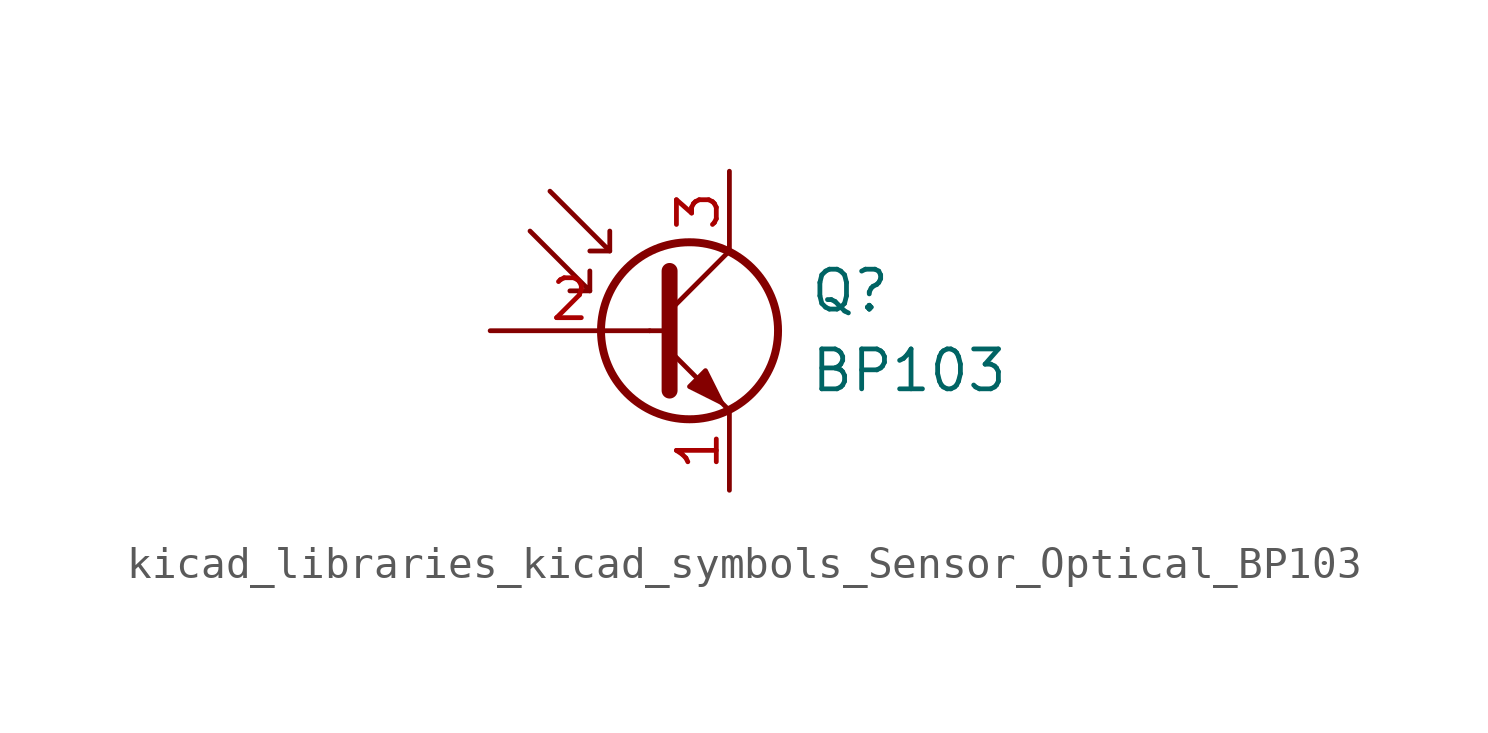
<source format=kicad_sym>
(kicad_symbol_lib
  (version 20220914)
  (generator kicad_symbol_editor)
  (symbol "kicad_libraries_kicad_symbols_Sensor_Optical_BP103"
    (pin_names
      (offset 0) hide)
    (property "Reference" "Q"
      (at 5.08 1.27 0)
      (effects (font (size 1.27 1.27)) (justify left)))
    (property "Value" "BP103"
      (at 5.08 -1.27 0)
      (effects (font (size 1.27 1.27)) (justify left)))
    (symbol "kicad_libraries_kicad_symbols_Sensor_Optical_BP103_0_0"
      (polyline (pts (xy 0 0) (xy 0.635 0)) (stroke (width 0) (type default)) (fill (type none))))
    (symbol "kicad_libraries_kicad_symbols_Sensor_Optical_BP103_0_1"
      (polyline (pts (xy -1.905 1.27) (xy -2.54 1.27)) (stroke (width 0) (type default)) (fill (type none)))
      (polyline (pts (xy -1.27 2.54) (xy -1.905 2.54)) (stroke (width 0) (type default)) (fill (type none)))
      (polyline (pts (xy 0.635 0.635) (xy 2.54 2.54)) (stroke (width 0) (type default)) (fill (type none)))
      (polyline (pts (xy -3.81 3.175) (xy -1.905 1.27) (xy -1.905 1.905)) (stroke (width 0) (type default)) (fill (type none)))
      (polyline (pts (xy -3.175 4.445) (xy -1.27 2.54) (xy -1.27 3.175)) (stroke (width 0) (type default)) (fill (type none)))
      (polyline (pts (xy 0.635 -0.635) (xy 2.54 -2.54) (xy 2.54 -2.54)) (stroke (width 0) (type default)) (fill (type none)))
      (polyline (pts (xy 0.635 1.905) (xy 0.635 -1.905) (xy 0.635 -1.905)) (stroke (width 0.508) (type default)) (fill (type none)))
      (polyline (pts (xy 1.27 -1.778) (xy 1.778 -1.27) (xy 2.286 -2.286) (xy 1.27 -1.778) (xy 1.27 -1.778)) (stroke (width 0) (type default)) (fill (type outline)))
      (circle (center 1.27 0) (radius 2.819) (stroke (width 0.254) (type default)) (fill (type none))))
    (symbol "kicad_libraries_kicad_symbols_Sensor_Optical_BP103_1_1"
      (pin passive line (at 2.54 -5.08 90) (length 2.54) (name "E" (effects (font (size 1.27 1.27)))) (number "1" (effects (font (size 1.27 1.27)))))
      (pin input line (at -5.08 0 0) (length 5.08) (name "B" (effects (font (size 1.27 1.27)))) (number "2" (effects (font (size 1.27 1.27)))))
      (pin passive line (at 2.54 5.08 270) (length 2.54) (name "C" (effects (font (size 1.27 1.27)))) (number "3" (effects (font (size 1.27 1.27))))))))
</source>
